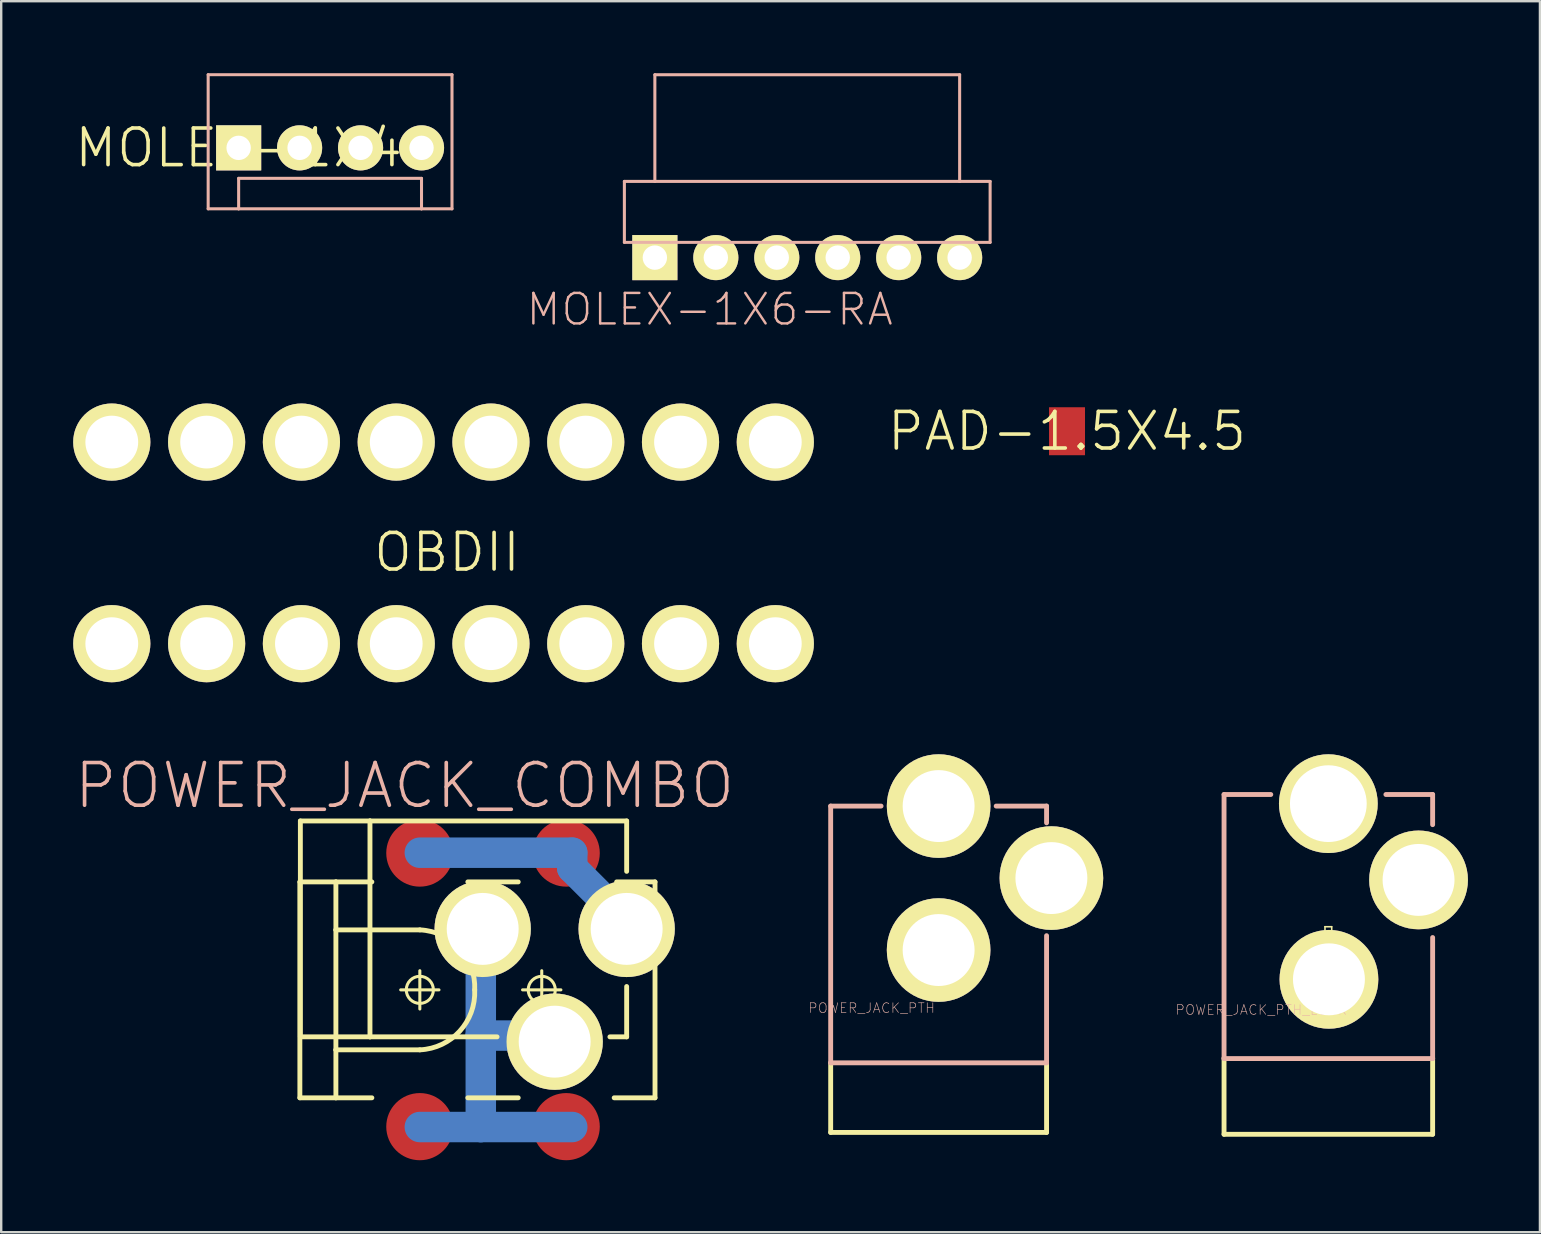
<source format=kicad_pcb>
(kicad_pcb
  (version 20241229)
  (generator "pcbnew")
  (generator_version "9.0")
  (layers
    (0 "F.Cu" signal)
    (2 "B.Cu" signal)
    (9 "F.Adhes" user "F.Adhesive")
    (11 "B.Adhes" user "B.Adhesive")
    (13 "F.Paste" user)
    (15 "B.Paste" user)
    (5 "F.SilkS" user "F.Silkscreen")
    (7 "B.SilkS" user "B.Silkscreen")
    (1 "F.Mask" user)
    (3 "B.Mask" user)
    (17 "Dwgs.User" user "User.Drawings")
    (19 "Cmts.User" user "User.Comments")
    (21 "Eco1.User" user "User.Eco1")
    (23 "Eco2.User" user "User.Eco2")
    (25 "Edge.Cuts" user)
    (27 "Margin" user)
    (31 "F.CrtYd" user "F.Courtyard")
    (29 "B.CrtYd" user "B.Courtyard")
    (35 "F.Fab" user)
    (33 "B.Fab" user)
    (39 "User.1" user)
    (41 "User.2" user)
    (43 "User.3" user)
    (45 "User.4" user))
  (footprint "OBDII"
    (layer "F.Cu")
    (at 15.578 19.961)
    (property "Reference" "OBDII" (at 0 0 0) (layer "F.SilkS") (effects (font (size 1.524 1.524) (thickness 0.15))))
    (attr exclude_from_pos_files exclude_from_bom)
    (pad "1" thru_hole circle (at 13.678 3.81) (size 3.216 3.216) (drill 2.2) (layers "*.Cu" "F.Mask" "F.SilkS" "F.Paste"))
    (pad "2" thru_hole circle (at 9.728 3.81) (size 3.216 3.216) (drill 2.2) (layers "*.Cu" "F.Mask" "F.SilkS" "F.Paste"))
    (pad "3" thru_hole circle (at 5.779 3.81) (size 3.216 3.216) (drill 2.2) (layers "*.Cu" "F.Mask" "F.SilkS" "F.Paste"))
    (pad "4" thru_hole circle (at 1.829 3.81) (size 3.216 3.216) (drill 2.2) (layers "*.Cu" "F.Mask" "F.SilkS" "F.Paste"))
    (pad "5" thru_hole circle (at -2.118 3.81) (size 3.216 3.216) (drill 2.2) (layers "*.Cu" "F.Mask" "F.SilkS" "F.Paste"))
    (pad "6" thru_hole circle (at -6.068 3.81) (size 3.216 3.216) (drill 2.2) (layers "*.Cu" "F.Mask" "F.SilkS" "F.Paste"))
    (pad "7" thru_hole circle (at -10.018 3.81) (size 3.216 3.216) (drill 2.2) (layers "*.Cu" "F.Mask" "F.SilkS" "F.Paste"))
    (pad "8" thru_hole circle (at -13.97 3.81) (size 3.216 3.216) (drill 2.2) (layers "*.Cu" "F.Mask" "F.SilkS" "F.Paste"))
    (pad "9" thru_hole circle (at 13.678 -4.59) (size 3.216 3.216) (drill 2.2) (layers "*.Cu" "F.Mask" "F.SilkS" "F.Paste"))
    (pad "10" thru_hole circle (at 9.728 -4.59) (size 3.216 3.216) (drill 2.2) (layers "*.Cu" "F.Mask" "F.SilkS" "F.Paste"))
    (pad "11" thru_hole circle (at 5.779 -4.59) (size 3.216 3.216) (drill 2.2) (layers "*.Cu" "F.Mask" "F.SilkS" "F.Paste"))
    (pad "12" thru_hole circle (at 1.829 -4.59) (size 3.216 3.216) (drill 2.2) (layers "*.Cu" "F.Mask" "F.SilkS" "F.Paste"))
    (pad "13" thru_hole circle (at -2.118 -4.59) (size 3.216 3.216) (drill 2.2) (layers "*.Cu" "F.Mask" "F.SilkS" "F.Paste"))
    (pad "14" thru_hole circle (at -6.068 -4.59) (size 3.216 3.216) (drill 2.2) (layers "*.Cu" "F.Mask" "F.SilkS" "F.Paste"))
    (pad "15" thru_hole circle (at -10.018 -4.59) (size 3.216 3.216) (drill 2.2) (layers "*.Cu" "F.Mask" "F.SilkS" "F.Paste"))
    (pad "16" thru_hole circle (at -13.97 -4.59) (size 3.216 3.216) (drill 2.2) (layers "*.Cu" "F.Mask" "F.SilkS" "F.Paste")))
  (footprint "POWER_JACK_PTH_LOCK"
    (layer "F.Cu")
    (at 52.3 44.313)
    (property "Reference" "POWER_JACK_PTH_LOCK" (at -2.794 -5.283 0) (layer "B.SilkS") (effects (font (size 0.406 0.406) (thickness 0.025))))
    (attr exclude_from_pos_files exclude_from_bom)
    (fp_line (start -4.346 -3.279) (end -4.346 -0.099) (stroke (width 0.203) (type solid)) (layer "F.SilkS"))
    (fp_line (start -0.216 -15.1) (end 0.241 -15.1) (stroke (width 0.066) (type solid)) (layer "F.SilkS"))
    (fp_line (start -0.216 -12.179) (end -0.216 -15.1) (stroke (width 0.066) (type solid)) (layer "F.SilkS"))
    (fp_line (start -0.216 -12.179) (end 0.241 -12.179) (stroke (width 0.066) (type solid)) (layer "F.SilkS"))
    (fp_line (start -0.14 -8.748) (end 0.14 -8.748) (stroke (width 0.066) (type solid)) (layer "F.SilkS"))
    (fp_line (start -0.14 -6.312) (end -0.14 -8.748) (stroke (width 0.066) (type solid)) (layer "F.SilkS"))
    (fp_line (start -0.14 -6.312) (end 0.14 -6.312) (stroke (width 0.066) (type solid)) (layer "F.SilkS"))
    (fp_line (start 0.14 -6.312) (end 0.14 -8.748) (stroke (width 0.066) (type solid)) (layer "F.SilkS"))
    (fp_line (start 0.241 -12.179) (end 0.241 -15.1) (stroke (width 0.066) (type solid)) (layer "F.SilkS"))
    (fp_line (start 4.346 -0.099) (end -4.346 -0.099) (stroke (width 0.203) (type solid)) (layer "F.SilkS"))
    (fp_line (start 4.346 -0.099) (end 4.346 -3.279) (stroke (width 0.203) (type solid)) (layer "F.SilkS"))
    (fp_line (start 4.47 -11.913) (end 4.75 -11.913) (stroke (width 0.066) (type solid)) (layer "F.SilkS"))
    (fp_line (start 4.47 -9.474) (end 4.47 -11.913) (stroke (width 0.066) (type solid)) (layer "F.SilkS"))
    (fp_line (start 4.47 -9.474) (end 4.75 -9.474) (stroke (width 0.066) (type solid)) (layer "F.SilkS"))
    (fp_line (start 4.75 -9.474) (end 4.75 -11.913) (stroke (width 0.066) (type solid)) (layer "F.SilkS"))
    (fp_line (start -4.346 -14.257) (end -2.398 -14.257) (stroke (width 0.203) (type solid)) (layer "B.SilkS"))
    (fp_line (start -4.346 -3.254) (end -4.346 -14.257) (stroke (width 0.203) (type solid)) (layer "B.SilkS"))
    (fp_line (start -4.346 -3.254) (end 4.346 -3.254) (stroke (width 0.203) (type solid)) (layer "B.SilkS"))
    (fp_line (start 4.346 -14.257) (end 2.398 -14.257) (stroke (width 0.203) (type solid)) (layer "B.SilkS"))
    (fp_line (start 4.346 -14.257) (end 4.346 -13) (stroke (width 0.203) (type solid)) (layer "B.SilkS"))
    (fp_line (start 4.346 -3.254) (end 4.346 -8.298) (stroke (width 0.203) (type solid)) (layer "B.SilkS"))
    (pad "GND" thru_hole circle (at 0.025 -6.556) (size 4.115 4.115) (drill 2.997) (layers "*.Cu" "F.Mask" "F.SilkS" "F.Paste"))
    (pad "GNDB" thru_hole circle (at 3.759 -10.698) (size 4.115 4.115) (drill 2.997) (layers "*.Cu" "F.Mask" "F.SilkS" "F.Paste"))
    (pad "PWR" thru_hole circle (at 0 -13.876) (size 4.115 4.115) (drill 3.198) (layers "*.Cu" "F.Mask" "F.SilkS" "F.Paste")))
  (footprint "MOLEX-1X6-RA"
    (layer "F.Cu")
    (at 24.237 7.684)
    (property "Reference" "MOLEX-1X6-RA" (at 2.286 2.159 0) (layer "B.SilkS") (effects (font (size 1.27 1.27) (thickness 0.102))))
    (attr exclude_from_pos_files exclude_from_bom)
    (fp_line (start -1.27 -0.635) (end -1.27 -3.175) (stroke (width 0.127) (type solid)) (layer "B.SilkS"))
    (fp_line (start 0 -7.62) (end 12.7 -7.62) (stroke (width 0.127) (type solid)) (layer "B.SilkS"))
    (fp_line (start 0 -3.175) (end -1.27 -3.175) (stroke (width 0.127) (type solid)) (layer "B.SilkS"))
    (fp_line (start 0 -3.175) (end 0 -7.62) (stroke (width 0.127) (type solid)) (layer "B.SilkS"))
    (fp_line (start 12.7 -7.62) (end 12.7 -3.175) (stroke (width 0.127) (type solid)) (layer "B.SilkS"))
    (fp_line (start 12.7 -3.175) (end 0 -3.175) (stroke (width 0.127) (type solid)) (layer "B.SilkS"))
    (fp_line (start 13.97 -3.175) (end 12.7 -3.175) (stroke (width 0.127) (type solid)) (layer "B.SilkS"))
    (fp_line (start 13.97 -0.635) (end -1.27 -0.635) (stroke (width 0.127) (type solid)) (layer "B.SilkS"))
    (fp_line (start 13.97 -0.635) (end 13.97 -3.175) (stroke (width 0.127) (type solid)) (layer "B.SilkS"))
    (pad "1" thru_hole rect (at 0 0) (size 1.88 1.88) (drill 1.016) (layers "*.Cu" "F.Mask" "F.SilkS" "F.Paste"))
    (pad "2" thru_hole circle (at 2.54 0) (size 1.88 1.88) (drill 1.016) (layers "*.Cu" "F.Mask" "F.SilkS" "F.Paste"))
    (pad "3" thru_hole circle (at 5.08 0) (size 1.88 1.88) (drill 1.016) (layers "*.Cu" "F.Mask" "F.SilkS" "F.Paste"))
    (pad "4" thru_hole circle (at 7.62 0) (size 1.88 1.88) (drill 1.016) (layers "*.Cu" "F.Mask" "F.SilkS" "F.Paste"))
    (pad "5" thru_hole circle (at 10.16 0) (size 1.88 1.88) (drill 1.016) (layers "*.Cu" "F.Mask" "F.SilkS" "F.Paste"))
    (pad "6" thru_hole circle (at 12.7 0) (size 1.88 1.88) (drill 1.016) (layers "*.Cu" "F.Mask" "F.SilkS" "F.Paste")))
  (footprint "POWER_JACK_PTH"
    (layer "F.Cu")
    (at 36.061 44.236)
    (property "Reference" "POWER_JACK_PTH" (at -2.794 -5.283 0) (layer "B.SilkS") (effects (font (size 0.406 0.406) (thickness 0.025))))
    (attr exclude_from_pos_files exclude_from_bom)
    (fp_line (start -4.498 -3) (end -4.498 -0.099) (stroke (width 0.203) (type solid)) (layer "F.SilkS"))
    (fp_line (start 4.498 -0.099) (end -4.498 -0.099) (stroke (width 0.203) (type solid)) (layer "F.SilkS"))
    (fp_line (start 4.498 -0.099) (end 4.498 -3) (stroke (width 0.203) (type solid)) (layer "F.SilkS"))
    (fp_line (start -4.498 -13.698) (end -2.398 -13.698) (stroke (width 0.203) (type solid)) (layer "B.SilkS"))
    (fp_line (start -4.498 -3) (end -4.498 -13.698) (stroke (width 0.203) (type solid)) (layer "B.SilkS"))
    (fp_line (start -4.498 -3) (end 4.498 -3) (stroke (width 0.203) (type solid)) (layer "B.SilkS"))
    (fp_line (start 4.498 -13.698) (end 2.398 -13.698) (stroke (width 0.203) (type solid)) (layer "B.SilkS"))
    (fp_line (start 4.498 -13.698) (end 4.498 -13) (stroke (width 0.203) (type solid)) (layer "B.SilkS"))
    (fp_line (start 4.498 -3) (end 4.498 -8.298) (stroke (width 0.203) (type solid)) (layer "B.SilkS"))
    (pad "GND" thru_hole circle (at 0 -7.699) (size 4.318 4.318) (drill 2.997) (layers "*.Cu" "F.Mask" "F.SilkS" "F.Paste"))
    (pad "GNDB" thru_hole circle (at 4.699 -10.698) (size 4.318 4.318) (drill 2.997) (layers "*.Cu" "F.Mask" "F.SilkS" "F.Paste"))
    (pad "PWR" thru_hole circle (at 0 -13.698) (size 4.318 4.318) (drill 2.997) (layers "*.Cu" "F.Mask" "F.SilkS" "F.Paste")))
  (footprint "POWER_JACK_COMBO"
    (layer "F.Cu")
    (at 14.444 38.196)
    (property "Reference" "POWER_JACK_COMBO" (at -0.635 -8.509 0) (layer "B.SilkS") (effects (font (size 1.778 1.778) (thickness 0.152))))
    (attr smd)
    (fp_line (start 0 -5.715) (end 6.35 -5.715) (stroke (width 1.27) (type solid)) (layer "B.Cu"))
    (fp_line (start 2.54 -2.54) (end 2.54 1.905) (stroke (width 1.27) (type solid)) (layer "B.Cu"))
    (fp_line (start 2.54 1.905) (end 2.54 5.715) (stroke (width 1.27) (type solid)) (layer "B.Cu"))
    (fp_line (start 2.54 5.715) (end 0 5.715) (stroke (width 1.27) (type solid)) (layer "B.Cu"))
    (fp_line (start 5.715 1.905) (end 2.54 1.905) (stroke (width 1.27) (type solid)) (layer "B.Cu"))
    (fp_line (start 6.35 -5.715) (end 6.35 -5.08) (stroke (width 1.27) (type solid)) (layer "B.Cu"))
    (fp_line (start 6.35 -5.08) (end 8.89 -2.54) (stroke (width 1.27) (type solid)) (layer "B.Cu"))
    (fp_line (start 6.35 5.715) (end 2.54 5.715) (stroke (width 1.27) (type solid)) (layer "B.Cu"))
    (fp_line (start -4.999 -4.498) (end -4.999 4.498) (stroke (width 0.203) (type solid)) (layer "F.SilkS"))
    (fp_line (start -4.999 -4.498) (end -3.498 -4.498) (stroke (width 0.203) (type solid)) (layer "F.SilkS"))
    (fp_line (start -4.978 1.958) (end -4.978 -7.038) (stroke (width 0.203) (type solid)) (layer "F.SilkS"))
    (fp_line (start -4.978 1.958) (end -2.078 1.958) (stroke (width 0.203) (type solid)) (layer "F.SilkS"))
    (fp_line (start -3.498 -4.498) (end -3.498 -2.499) (stroke (width 0.203) (type solid)) (layer "F.SilkS"))
    (fp_line (start -3.498 -4.498) (end -1.999 -4.498) (stroke (width 0.203) (type solid)) (layer "F.SilkS"))
    (fp_line (start -3.498 -2.499) (end -3.498 2.499) (stroke (width 0.203) (type solid)) (layer "F.SilkS"))
    (fp_line (start -3.498 -2.499) (end 0 -2.499) (stroke (width 0.203) (type solid)) (layer "F.SilkS"))
    (fp_line (start -3.498 2.499) (end -3.498 4.498) (stroke (width 0.203) (type solid)) (layer "F.SilkS"))
    (fp_line (start -3.498 4.498) (end -4.999 4.498) (stroke (width 0.203) (type solid)) (layer "F.SilkS"))
    (fp_line (start -2.078 -7.038) (end -4.978 -7.038) (stroke (width 0.203) (type solid)) (layer "F.SilkS"))
    (fp_line (start -2.078 -7.038) (end -2.078 1.958) (stroke (width 0.203) (type solid)) (layer "F.SilkS"))
    (fp_line (start -2.078 -7.038) (end 8.618 -7.038) (stroke (width 0.203) (type solid)) (layer "F.SilkS"))
    (fp_line (start -2.078 1.958) (end 3.218 1.958) (stroke (width 0.203) (type solid)) (layer "F.SilkS"))
    (fp_line (start -1.999 4.498) (end -3.498 4.498) (stroke (width 0.203) (type solid)) (layer "F.SilkS"))
    (fp_line (start -0.798 0) (end 0.798 0) (stroke (width 0.127) (type solid)) (layer "F.SilkS"))
    (fp_line (start 0 0.798) (end 0 -0.798) (stroke (width 0.127) (type solid)) (layer "F.SilkS"))
    (fp_line (start 0 2.499) (end -3.498 2.499) (stroke (width 0.203) (type solid)) (layer "F.SilkS"))
    (fp_line (start 1.999 -4.498) (end 4.1 -4.498) (stroke (width 0.203) (type solid)) (layer "F.SilkS"))
    (fp_line (start 4.1 4.498) (end 1.999 4.498) (stroke (width 0.203) (type solid)) (layer "F.SilkS"))
    (fp_line (start 4.28 0) (end 5.878 0) (stroke (width 0.127) (type solid)) (layer "F.SilkS"))
    (fp_line (start 5.08 0.798) (end 5.08 -0.798) (stroke (width 0.127) (type solid)) (layer "F.SilkS"))
    (fp_line (start 8.199 -4.498) (end 9.799 -4.498) (stroke (width 0.203) (type solid)) (layer "F.SilkS"))
    (fp_line (start 8.618 -7.038) (end 8.618 -4.938) (stroke (width 0.203) (type solid)) (layer "F.SilkS"))
    (fp_line (start 8.618 1.958) (end 7.92 1.958) (stroke (width 0.203) (type solid)) (layer "F.SilkS"))
    (fp_line (start 8.618 1.958) (end 8.618 -0.14) (stroke (width 0.203) (type solid)) (layer "F.SilkS"))
    (fp_line (start 9.799 -4.498) (end 9.799 4.498) (stroke (width 0.203) (type solid)) (layer "F.SilkS"))
    (fp_line (start 9.799 4.498) (end 8.098 4.498) (stroke (width 0.203) (type solid)) (layer "F.SilkS"))
    (fp_arc (start 0 -2.49936) (mid 1.660634 -1.723126) (end 2.286 0) (stroke (width 0.2032) (type solid)) (layer "F.SilkS"))
    (fp_arc (start 2.286 0) (mid 1.660634 1.723126) (end 0 2.49936) (stroke (width 0.2032) (type solid)) (layer "F.SilkS"))
    (fp_circle (center 0 0) (end -0.399 0.399) (stroke (width 0.127) (type solid)) (fill no) (layer "F.SilkS"))
    (fp_circle (center 5.08 0) (end 5.479 0.399) (stroke (width 0.127) (type solid)) (fill no) (layer "F.SilkS"))
    (pad "GND" thru_hole circle (at 5.618 2.159) (size 4.013 4.013) (drill 2.997) (layers "*.Cu" "F.Mask" "F.SilkS" "F.Paste"))
    (pad "GND@" smd circle (at 0 5.7) (size 2.799 2.799) (layers "F.Cu" "F.Mask" "F.Paste"))
    (pad "GND@" thru_hole circle (at 2.619 -2.54) (size 4.013 4.013) (drill 2.997) (layers "*.Cu" "F.Mask" "F.SilkS" "F.Paste"))
    (pad "GND@" smd circle (at 6.099 5.7) (size 2.799 2.799) (layers "F.Cu" "F.Mask" "F.Paste"))
    (pad "POWE" smd circle (at 0 -5.7) (size 2.799 2.799) (layers "F.Cu" "F.Mask" "F.Paste"))
    (pad "POWE" smd circle (at 6.099 -5.7) (size 2.799 2.799) (layers "F.Cu" "F.Mask" "F.Paste"))
    (pad "POWE" thru_hole circle (at 8.618 -2.54) (size 4.013 4.013) (drill 2.997) (layers "*.Cu" "F.Mask" "F.SilkS" "F.Paste")))
  (footprint "PAD-1.5X4.5"
    (layer "F.Cu")
    (at 41.411 14.919)
    (property "Reference" "PAD-1.5X4.5" (at 0 0 0) (layer "F.SilkS") (effects (font (size 1.524 1.524) (thickness 0.15))))
    (attr smd)
    (pad "P$1" smd rect (at 0 0) (size 1.499 1.999) (layers "F.Cu" "F.Mask" "F.Paste")))
  (footprint "MOLEX-1X4"
    (layer "F.Cu")
    (at 6.894 3.111)
    (property "Reference" "MOLEX-1X4" (at 0 0 0) (layer "F.SilkS") (effects (font (size 1.524 1.524) (thickness 0.15))))
    (attr exclude_from_pos_files exclude_from_bom)
    (fp_line (start -1.27 -3.048) (end -1.27 2.54) (stroke (width 0.127) (type solid)) (layer "B.SilkS"))
    (fp_line (start 0 1.27) (end 7.62 1.27) (stroke (width 0.127) (type solid)) (layer "B.SilkS"))
    (fp_line (start 0 2.54) (end -1.27 2.54) (stroke (width 0.127) (type solid)) (layer "B.SilkS"))
    (fp_line (start 0 2.54) (end 0 1.27) (stroke (width 0.127) (type solid)) (layer "B.SilkS"))
    (fp_line (start 7.62 1.27) (end 7.62 2.54) (stroke (width 0.127) (type solid)) (layer "B.SilkS"))
    (fp_line (start 7.62 2.54) (end 0 2.54) (stroke (width 0.127) (type solid)) (layer "B.SilkS"))
    (fp_line (start 8.89 -3.048) (end -1.27 -3.048) (stroke (width 0.127) (type solid)) (layer "B.SilkS"))
    (fp_line (start 8.89 -3.048) (end 8.89 2.54) (stroke (width 0.127) (type solid)) (layer "B.SilkS"))
    (fp_line (start 8.89 2.54) (end 7.62 2.54) (stroke (width 0.127) (type solid)) (layer "B.SilkS"))
    (pad "1" thru_hole rect (at 0 0) (size 1.88 1.88) (drill 1.016) (layers "*.Cu" "F.Mask" "F.SilkS" "F.Paste"))
    (pad "2" thru_hole circle (at 2.54 0) (size 1.88 1.88) (drill 1.016) (layers "*.Cu" "F.Mask" "F.SilkS" "F.Paste"))
    (pad "3" thru_hole circle (at 5.08 0) (size 1.88 1.88) (drill 1.016) (layers "*.Cu" "F.Mask" "F.SilkS" "F.Paste"))
    (pad "4" thru_hole circle (at 7.62 0) (size 1.88 1.88) (drill 1.016) (layers "*.Cu" "F.Mask" "F.SilkS" "F.Paste")))
  (gr_rect
    (start -3 -3)
    (end 61.117 48.295)
    (stroke (width 0.1) (type default))
    (fill no)
    (layer "Edge.Cuts")))
</source>
